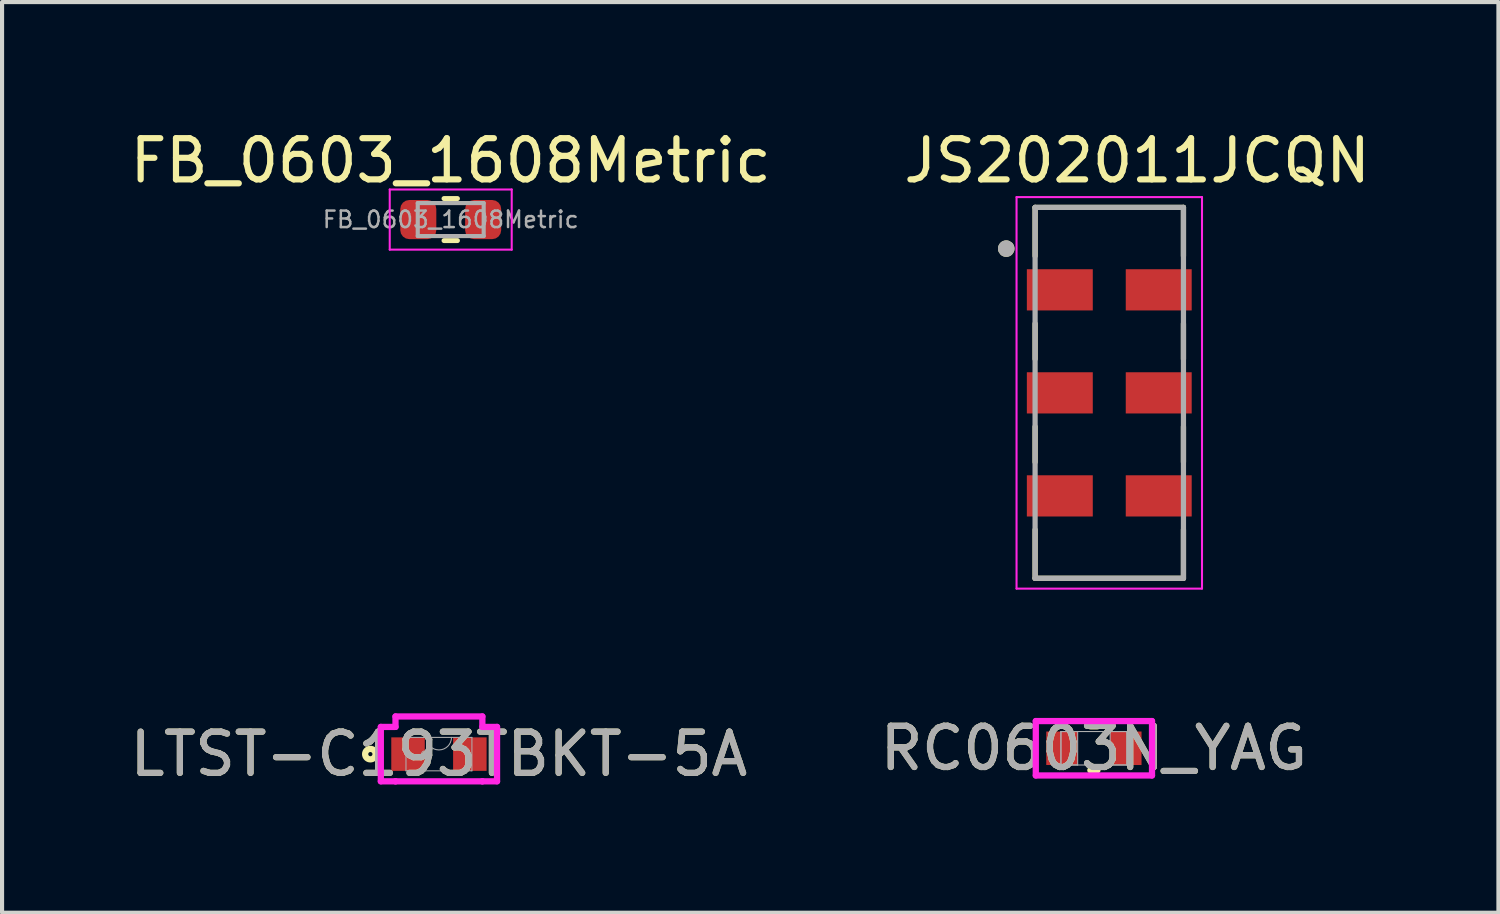
<source format=kicad_pcb>
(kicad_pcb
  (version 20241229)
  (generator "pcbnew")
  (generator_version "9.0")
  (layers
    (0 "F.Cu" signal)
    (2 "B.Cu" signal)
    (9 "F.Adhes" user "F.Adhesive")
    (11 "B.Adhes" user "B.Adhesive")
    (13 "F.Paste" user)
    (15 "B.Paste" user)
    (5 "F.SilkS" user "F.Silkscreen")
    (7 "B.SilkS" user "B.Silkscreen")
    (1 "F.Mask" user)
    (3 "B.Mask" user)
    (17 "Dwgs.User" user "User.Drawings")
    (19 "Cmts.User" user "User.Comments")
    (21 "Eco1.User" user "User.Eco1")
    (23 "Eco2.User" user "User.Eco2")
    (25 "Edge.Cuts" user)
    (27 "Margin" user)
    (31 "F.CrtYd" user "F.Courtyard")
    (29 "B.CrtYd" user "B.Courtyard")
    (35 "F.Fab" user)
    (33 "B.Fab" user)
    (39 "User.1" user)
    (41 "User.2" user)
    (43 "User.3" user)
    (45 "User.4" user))
  (footprint "FB_0603_1608Metric"
    (layer "F.Cu")
    (at 7.887 2.278)
    (property "Reference" "FB_0603_1608Metric" (at 0 -1.43 0) (layer "F.SilkS") (effects (font (size 1 1) (thickness 0.15))))
    (attr smd)
    (fp_line (start -0.163 -0.51) (end 0.163 -0.51) (stroke (width 0.12) (type solid)) (layer "F.SilkS"))
    (fp_line (start -0.163 0.51) (end 0.163 0.51) (stroke (width 0.12) (type solid)) (layer "F.SilkS"))
    (fp_line (start -1.48 -0.73) (end 1.48 -0.73) (stroke (width 0.05) (type solid)) (layer "F.CrtYd"))
    (fp_line (start -1.48 0.73) (end -1.48 -0.73) (stroke (width 0.05) (type solid)) (layer "F.CrtYd"))
    (fp_line (start 1.48 -0.73) (end 1.48 0.73) (stroke (width 0.05) (type solid)) (layer "F.CrtYd"))
    (fp_line (start 1.48 0.73) (end -1.48 0.73) (stroke (width 0.05) (type solid)) (layer "F.CrtYd"))
    (fp_line (start -0.8 -0.4) (end 0.8 -0.4) (stroke (width 0.1) (type solid)) (layer "F.Fab"))
    (fp_line (start -0.8 0.4) (end -0.8 -0.4) (stroke (width 0.1) (type solid)) (layer "F.Fab"))
    (fp_line (start 0.8 -0.4) (end 0.8 0.4) (stroke (width 0.1) (type solid)) (layer "F.Fab"))
    (fp_line (start 0.8 0.4) (end -0.8 0.4) (stroke (width 0.1) (type solid)) (layer "F.Fab"))
    (fp_text user "${REFERENCE}" (at 0 0 0) (layer "F.Fab") (effects (font (size 0.4 0.4) (thickness 0.06))))
    (pad "1" smd roundrect (at -0.787 0) (size 0.875 0.95) (layers "F.Cu" "F.Mask" "F.Paste") (roundrect_rratio 0.25))
    (pad "2" smd roundrect (at 0.787 0) (size 0.875 0.95) (layers "F.Cu" "F.Mask" "F.Paste") (roundrect_rratio 0.25)))
  (footprint "RC0603N_YAG"
    (layer "F.Cu")
    (at 23.494 15.107)
    (property "Reference" "RC0603N_YAG" (at 0 0 0) (unlocked yes) (layer "F.SilkS") (effects (font (size 1 1) (thickness 0.15))))
    (attr smd)
    (fp_line (start -0.086 0.533) (end 0.086 0.533) (stroke (width 0.152) (type solid)) (layer "F.SilkS"))
    (fp_line (start 0.086 -0.533) (end -0.086 -0.533) (stroke (width 0.152) (type solid)) (layer "F.SilkS"))
    (fp_line (start -1.41 -0.66) (end 1.41 -0.66) (stroke (width 0.152) (type solid)) (layer "F.CrtYd"))
    (fp_line (start -1.41 0.66) (end -1.41 -0.66) (stroke (width 0.152) (type solid)) (layer "F.CrtYd"))
    (fp_line (start 1.41 -0.66) (end 1.41 0.66) (stroke (width 0.152) (type solid)) (layer "F.CrtYd"))
    (fp_line (start 1.41 0.66) (end -1.41 0.66) (stroke (width 0.152) (type solid)) (layer "F.CrtYd"))
    (fp_line (start -0.8 -0.406) (end -0.8 0.406) (stroke (width 0.025) (type solid)) (layer "F.Fab"))
    (fp_line (start -0.8 -0.406) (end -0.8 0.406) (stroke (width 0.025) (type solid)) (layer "F.Fab"))
    (fp_line (start -0.8 0.406) (end -0.394 0.406) (stroke (width 0.025) (type solid)) (layer "F.Fab"))
    (fp_line (start -0.8 0.406) (end 0.8 0.406) (stroke (width 0.025) (type solid)) (layer "F.Fab"))
    (fp_line (start -0.394 -0.406) (end -0.8 -0.406) (stroke (width 0.025) (type solid)) (layer "F.Fab"))
    (fp_line (start -0.394 0.406) (end -0.394 -0.406) (stroke (width 0.025) (type solid)) (layer "F.Fab"))
    (fp_line (start 0.394 -0.406) (end 0.394 0.406) (stroke (width 0.025) (type solid)) (layer "F.Fab"))
    (fp_line (start 0.394 0.406) (end 0.8 0.406) (stroke (width 0.025) (type solid)) (layer "F.Fab"))
    (fp_line (start 0.8 -0.406) (end -0.8 -0.406) (stroke (width 0.025) (type solid)) (layer "F.Fab"))
    (fp_line (start 0.8 -0.406) (end 0.394 -0.406) (stroke (width 0.025) (type solid)) (layer "F.Fab"))
    (fp_line (start 0.8 0.406) (end 0.8 -0.406) (stroke (width 0.025) (type solid)) (layer "F.Fab"))
    (fp_line (start 0.8 0.406) (end 0.8 -0.406) (stroke (width 0.025) (type solid)) (layer "F.Fab"))
    (fp_text user "${REFERENCE}" (at 0 0 0) (unlocked yes) (layer "F.Fab") (effects (font (size 1 1) (thickness 0.15))))
    (pad "1" smd rect (at -0.775 0) (size 0.762 0.813) (layers "F.Cu" "F.Mask" "F.Paste"))
    (pad "2" smd rect (at 0.775 0) (size 0.762 0.813) (layers "F.Cu" "F.Mask" "F.Paste"))
    (zone (net_name "") (layer "F.Cu") (hatch full 0.508) (connect_pads) (min_thickness 0.254) (filled_areas_thickness no) (keepout (tracks not_allowed) (vias not_allowed) (pads allowed) (copperpour not_allowed) (footprints allowed)) (placement (enabled no)) (fill) (polygon (pts (xy 23.151 14.751) (xy 23.837 14.751) (xy 23.837 15.462) (xy 23.151 15.462)))))
  (footprint "LTST-C193TBKT-5A"
    (layer "F.Cu")
    (at 7.601 15.249)
    (property "Reference" "LTST-C193TBKT-5A" (at 0 0 0) (unlocked yes) (layer "F.SilkS") (effects (font (size 1 1) (thickness 0.15))))
    (attr smd)
    (fp_circle (center -1.664 0) (end -1.537 0) (stroke (width 0.152) (type solid)) (fill no) (layer "F.SilkS"))
    (fp_line (start -1.41 -0.66) (end -1.054 -0.66) (stroke (width 0.152) (type solid)) (layer "F.CrtYd"))
    (fp_line (start -1.41 0.66) (end -1.41 -0.66) (stroke (width 0.152) (type solid)) (layer "F.CrtYd"))
    (fp_line (start -1.41 0.66) (end -1.054 0.66) (stroke (width 0.152) (type solid)) (layer "F.CrtYd"))
    (fp_line (start -1.054 -0.914) (end 1.054 -0.914) (stroke (width 0.152) (type solid)) (layer "F.CrtYd"))
    (fp_line (start -1.054 -0.66) (end -1.054 -0.914) (stroke (width 0.152) (type solid)) (layer "F.CrtYd"))
    (fp_line (start -1.054 0.66) (end -1.054 0.66) (stroke (width 0.152) (type solid)) (layer "F.CrtYd"))
    (fp_line (start 1.054 -0.914) (end 1.054 -0.66) (stroke (width 0.152) (type solid)) (layer "F.CrtYd"))
    (fp_line (start 1.054 0.66) (end -1.054 0.66) (stroke (width 0.152) (type solid)) (layer "F.CrtYd"))
    (fp_line (start 1.054 0.66) (end 1.054 0.66) (stroke (width 0.152) (type solid)) (layer "F.CrtYd"))
    (fp_line (start 1.41 -0.66) (end 1.054 -0.66) (stroke (width 0.152) (type solid)) (layer "F.CrtYd"))
    (fp_line (start 1.41 -0.66) (end 1.41 0.66) (stroke (width 0.152) (type solid)) (layer "F.CrtYd"))
    (fp_line (start 1.41 0.66) (end 1.054 0.66) (stroke (width 0.152) (type solid)) (layer "F.CrtYd"))
    (fp_line (start -0.8 -0.406) (end -0.8 0.406) (stroke (width 0.025) (type solid)) (layer "F.Fab"))
    (fp_line (start -0.8 0.406) (end 0.8 0.406) (stroke (width 0.025) (type solid)) (layer "F.Fab"))
    (fp_line (start 0.8 -0.406) (end -0.8 -0.406) (stroke (width 0.025) (type solid)) (layer "F.Fab"))
    (fp_line (start 0.8 0.406) (end 0.8 -0.406) (stroke (width 0.025) (type solid)) (layer "F.Fab"))
    (fp_arc (start 0.3048 -0.4064) (mid 0 -0.1016) (end -0.3048 -0.4064) (stroke (width 0.0254) (type solid)) (layer "F.Fab"))
    (fp_circle (center -0.344 0) (end -0.267 0) (stroke (width 0.025) (type solid)) (fill no) (layer "F.Fab"))
    (fp_text user "${REFERENCE}" (at 0 0 0) (unlocked yes) (layer "F.Fab") (effects (font (size 1 1) (thickness 0.15))))
    (pad "1" smd rect (at -0.75 0) (size 0.813 0.813) (layers "F.Cu" "F.Mask" "F.Paste"))
    (pad "2" smd rect (at 0.75 0) (size 0.813 0.813) (layers "F.Cu" "F.Mask" "F.Paste")))
  (footprint "JS202011JCQN"
    (layer "F.Cu")
    (at 23.867 6.483)
    (property "Reference" "JS202011JCQN" (at 0.675 -5.635 0) (layer "F.SilkS") (effects (font (size 1 1) (thickness 0.15))))
    (attr smd)
    (fp_line (start -1.8 -4.5) (end 1.8 -4.5) (stroke (width 0.127) (type solid)) (layer "F.SilkS"))
    (fp_line (start -1.8 -3.32) (end -1.8 -4.5) (stroke (width 0.127) (type solid)) (layer "F.SilkS"))
    (fp_line (start -1.8 -0.82) (end -1.8 -1.68) (stroke (width 0.127) (type solid)) (layer "F.SilkS"))
    (fp_line (start -1.8 1.68) (end -1.8 0.82) (stroke (width 0.127) (type solid)) (layer "F.SilkS"))
    (fp_line (start -1.8 4.5) (end -1.8 3.32) (stroke (width 0.127) (type solid)) (layer "F.SilkS"))
    (fp_line (start 1.8 -4.5) (end 1.8 -3.32) (stroke (width 0.127) (type solid)) (layer "F.SilkS"))
    (fp_line (start 1.8 -1.68) (end 1.8 -0.82) (stroke (width 0.127) (type solid)) (layer "F.SilkS"))
    (fp_line (start 1.8 0.82) (end 1.8 1.68) (stroke (width 0.127) (type solid)) (layer "F.SilkS"))
    (fp_line (start 1.8 3.32) (end 1.8 4.5) (stroke (width 0.127) (type solid)) (layer "F.SilkS"))
    (fp_line (start 1.8 4.5) (end -1.8 4.5) (stroke (width 0.127) (type solid)) (layer "F.SilkS"))
    (fp_circle (center -2.5 -3.5) (end -2.4 -3.5) (stroke (width 0.2) (type solid)) (fill no) (layer "F.SilkS"))
    (fp_line (start -2.25 -4.75) (end 2.25 -4.75) (stroke (width 0.05) (type solid)) (layer "F.CrtYd"))
    (fp_line (start -2.25 4.75) (end -2.25 -4.75) (stroke (width 0.05) (type solid)) (layer "F.CrtYd"))
    (fp_line (start 2.25 -4.75) (end 2.25 4.75) (stroke (width 0.05) (type solid)) (layer "F.CrtYd"))
    (fp_line (start 2.25 4.75) (end -2.25 4.75) (stroke (width 0.05) (type solid)) (layer "F.CrtYd"))
    (fp_line (start -1.8 -4.5) (end 1.8 -4.5) (stroke (width 0.127) (type solid)) (layer "F.Fab"))
    (fp_line (start -1.8 4.5) (end -1.8 -4.5) (stroke (width 0.127) (type solid)) (layer "F.Fab"))
    (fp_line (start 1.8 -4.5) (end 1.8 4.5) (stroke (width 0.127) (type solid)) (layer "F.Fab"))
    (fp_line (start 1.8 4.5) (end -1.8 4.5) (stroke (width 0.127) (type solid)) (layer "F.Fab"))
    (fp_circle (center -2.5 -3.5) (end -2.4 -3.5) (stroke (width 0.2) (type solid)) (fill no) (layer "F.Fab"))
    (pad "1" smd rect (at -1.2 -2.5) (size 1.6 1) (layers "F.Cu" "F.Mask" "F.Paste"))
    (pad "2" smd rect (at -1.2 0) (size 1.6 1) (layers "F.Cu" "F.Mask" "F.Paste"))
    (pad "3" smd rect (at -1.2 2.5) (size 1.6 1) (layers "F.Cu" "F.Mask" "F.Paste"))
    (pad "5" smd rect (at 1.2 -2.5) (size 1.6 1) (layers "F.Cu" "F.Mask" "F.Paste"))
    (pad "6" smd rect (at 1.2 0) (size 1.6 1) (layers "F.Cu" "F.Mask" "F.Paste"))
    (pad "7" smd rect (at 1.2 2.5) (size 1.6 1) (layers "F.Cu" "F.Mask" "F.Paste")))
  (gr_rect
    (start -3 -3)
    (end 33.31 19.097)
    (stroke (width 0.1) (type default))
    (fill no)
    (layer "Edge.Cuts")))
</source>
